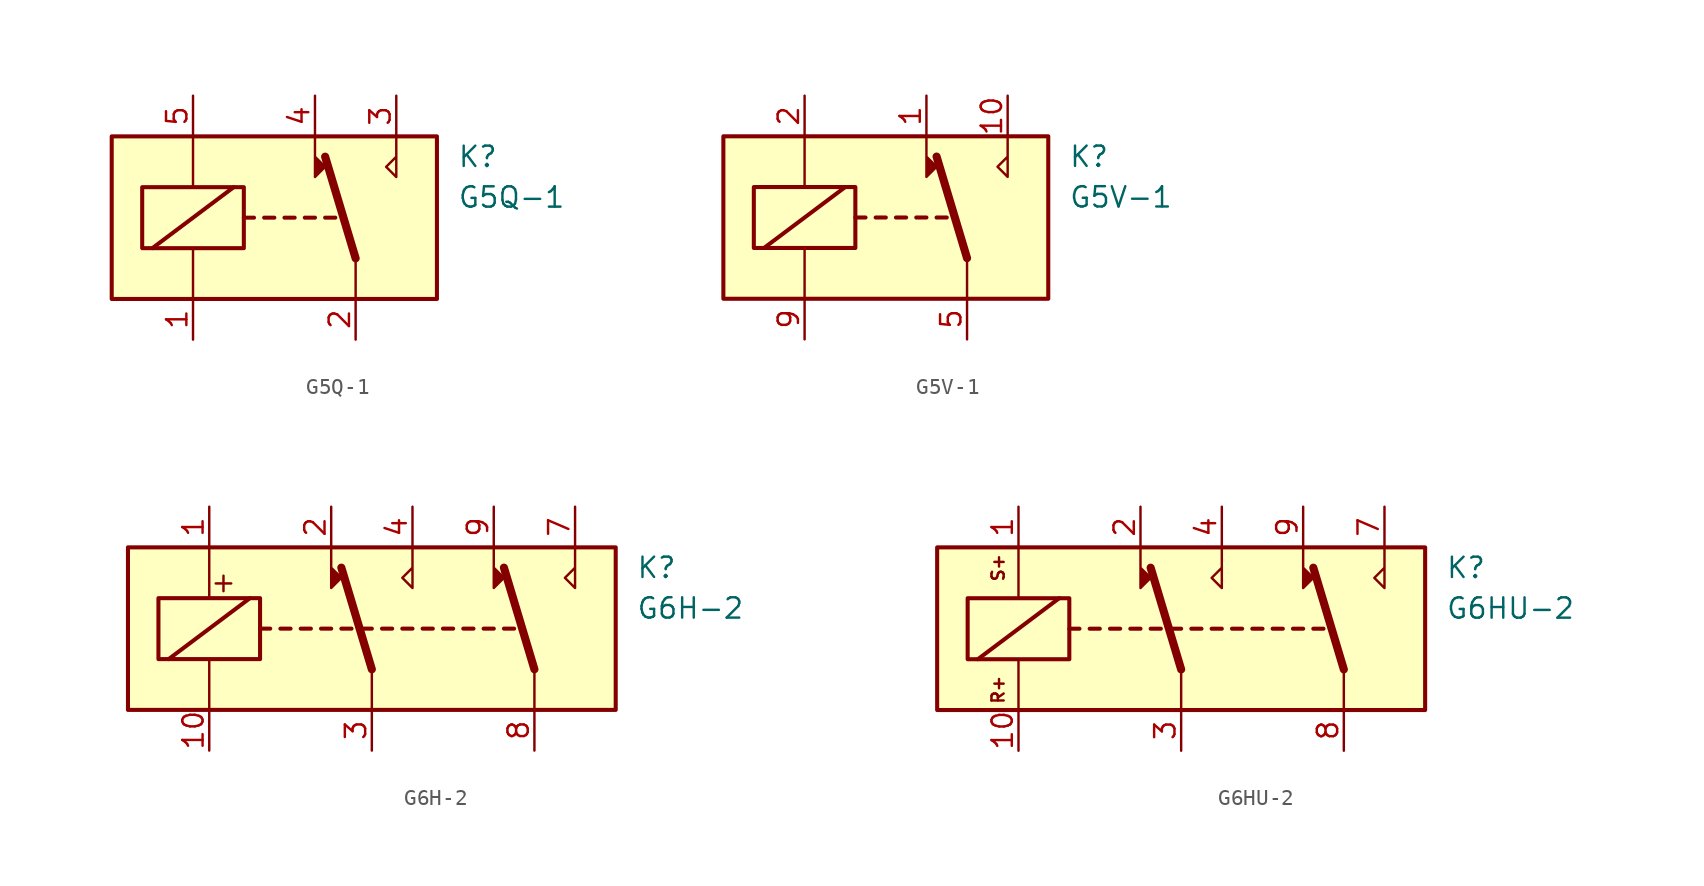
<source format=kicad_sym>
(kicad_symbol_lib
  (version 20200908)
  (generator kicad_symbol_editor)
  (symbol "Relay:G5Q-1"
    (property "Reference" "K"
      (at 11.43 3.81 0)
      (effects (font (size 1.27 1.27)) (justify left)))
    (property "Value" "G5Q-1"
      (at 11.43 1.27 0)
      (effects (font (size 1.27 1.27)) (justify left)))
    (symbol "G5Q-1_0_1"
      (rectangle (start -10.16 5.08) (end 10.16 -5.08) (stroke (width 0.254)) (fill (type background)))
      (rectangle (start -8.255 1.905) (end -1.905 -1.905) (stroke (width 0.254)) (fill (type none)))
      (polyline (pts (xy -7.62 -1.905) (xy -2.54 1.905)) (stroke (width 0.254)) (fill (type none)))
      (polyline (pts (xy -5.08 -5.08) (xy -5.08 -1.905)) (stroke (width 0)) (fill (type none)))
      (polyline (pts (xy -5.08 5.08) (xy -5.08 1.905)) (stroke (width 0)) (fill (type none)))
      (polyline (pts (xy -1.905 0) (xy -1.27 0)) (stroke (width 0.254)) (fill (type none)))
      (polyline (pts (xy -0.635 0) (xy 0 0)) (stroke (width 0.254)) (fill (type none)))
      (polyline (pts (xy 0.635 0) (xy 1.27 0)) (stroke (width 0.254)) (fill (type none)))
      (polyline (pts (xy 1.905 0) (xy 2.54 0)) (stroke (width 0.254)) (fill (type none)))
      (polyline (pts (xy 3.175 0) (xy 3.81 0)) (stroke (width 0.254)) (fill (type none)))
      (polyline (pts (xy 5.08 -2.54) (xy 3.175 3.81)) (stroke (width 0.508)) (fill (type none)))
      (polyline (pts (xy 5.08 -2.54) (xy 5.08 -5.08)) (stroke (width 0)) (fill (type none)))
      (polyline (pts (xy 2.54 5.08) (xy 2.54 2.54) (xy 3.175 3.175) (xy 2.54 3.81)) (stroke (width 0)) (fill (type outline))))
    (symbol "G5Q-1_0_0"
      (polyline (pts (xy 7.62 5.08) (xy 7.62 2.54) (xy 6.985 3.175) (xy 7.62 3.81)) (stroke (width 0)) (fill (type none))))
    (symbol "G5Q-1_1_1"
      (pin passive line (at -5.08 -7.62 90) (length 2.54) (name "~" (effects (font (size 1.27 1.27)))) (number "1" (effects (font (size 1.27 1.27)))))
      (pin passive line (at 5.08 -7.62 90) (length 2.54) (name "~" (effects (font (size 1.27 1.27)))) (number "2" (effects (font (size 1.27 1.27)))))
      (pin passive line (at 7.62 7.62 270) (length 2.54) (name "~" (effects (font (size 1.27 1.27)))) (number "3" (effects (font (size 1.27 1.27)))))
      (pin passive line (at 2.54 7.62 270) (length 2.54) (name "~" (effects (font (size 1.27 1.27)))) (number "4" (effects (font (size 1.27 1.27)))))
      (pin passive line (at -5.08 7.62 270) (length 2.54) (name "~" (effects (font (size 1.27 1.27)))) (number "5" (effects (font (size 1.27 1.27)))))))
  (symbol "Relay:G5V-1"
    (property "Reference" "K"
      (at 11.43 3.81 0)
      (effects (font (size 1.27 1.27)) (justify left)))
    (property "Value" "G5V-1"
      (at 11.43 1.27 0)
      (effects (font (size 1.27 1.27)) (justify left)))
    (symbol "G5V-1_0_1"
      (rectangle (start -10.16 5.08) (end 10.16 -5.08) (stroke (width 0.254)) (fill (type background)))
      (rectangle (start -8.255 1.905) (end -1.905 -1.905) (stroke (width 0.254)) (fill (type none)))
      (polyline (pts (xy -7.62 -1.905) (xy -2.54 1.905)) (stroke (width 0.254)) (fill (type none)))
      (polyline (pts (xy -5.08 -5.08) (xy -5.08 -1.905)) (stroke (width 0)) (fill (type none)))
      (polyline (pts (xy -5.08 5.08) (xy -5.08 1.905)) (stroke (width 0)) (fill (type none)))
      (polyline (pts (xy -1.905 0) (xy -1.27 0)) (stroke (width 0.254)) (fill (type none)))
      (polyline (pts (xy -0.635 0) (xy 0 0)) (stroke (width 0.254)) (fill (type none)))
      (polyline (pts (xy 0.635 0) (xy 1.27 0)) (stroke (width 0.254)) (fill (type none)))
      (polyline (pts (xy 1.905 0) (xy 2.54 0)) (stroke (width 0.254)) (fill (type none)))
      (polyline (pts (xy 3.175 0) (xy 3.81 0)) (stroke (width 0.254)) (fill (type none)))
      (polyline (pts (xy 5.08 -2.54) (xy 3.175 3.81)) (stroke (width 0.508)) (fill (type none)))
      (polyline (pts (xy 5.08 -2.54) (xy 5.08 -5.08)) (stroke (width 0)) (fill (type none)))
      (polyline (pts (xy 2.54 5.08) (xy 2.54 2.54) (xy 3.175 3.175) (xy 2.54 3.81)) (stroke (width 0)) (fill (type outline))))
    (symbol "G5V-1_0_0"
      (polyline (pts (xy 7.62 5.08) (xy 7.62 2.54) (xy 6.985 3.175) (xy 7.62 3.81)) (stroke (width 0)) (fill (type none))))
    (symbol "G5V-1_1_1"
      (pin passive line (at 2.54 7.62 270) (length 2.54) (name "~" (effects (font (size 1.27 1.27)))) (number "1" (effects (font (size 1.27 1.27)))))
      (pin passive line (at 7.62 7.62 270) (length 2.54) (name "~" (effects (font (size 1.27 1.27)))) (number "10" (effects (font (size 1.27 1.27)))))
      (pin passive line (at -5.08 7.62 270) (length 2.54) (name "~" (effects (font (size 1.27 1.27)))) (number "2" (effects (font (size 1.27 1.27)))))
      (pin passive line (at 5.08 -7.62 90) (length 2.54) (name "~" (effects (font (size 1.27 1.27)))) (number "5" (effects (font (size 1.27 1.27)))))
      (pin passive line (at 5.08 -7.62 90) (length 2.54) hide (name "~" (effects (font (size 1.27 1.27)))) (number "6" (effects (font (size 1.27 1.27)))))
      (pin passive line (at -5.08 -7.62 90) (length 2.54) (name "~" (effects (font (size 1.27 1.27)))) (number "9" (effects (font (size 1.27 1.27)))))))
  (symbol "Relay:G6H-2"
    (property "Reference" "K"
      (at 16.51 3.81 0)
      (effects (font (size 1.27 1.27)) (justify left)))
    (property "Value" "G6H-2"
      (at 16.51 1.27 0)
      (effects (font (size 1.27 1.27)) (justify left)))
    (symbol "G6H-2_0_0"
      (text "+" (at -9.271 2.921 0) (effects (font (size 1.27 1.27)))))
    (symbol "G6H-2_0_1"
      (rectangle (start -15.24 5.08) (end 15.24 -5.08) (stroke (width 0.254)) (fill (type background)))
      (rectangle (start -13.335 1.905) (end -6.985 -1.905) (stroke (width 0.254)) (fill (type none)))
      (polyline (pts (xy -12.7 -1.905) (xy -7.62 1.905)) (stroke (width 0.254)) (fill (type none)))
      (polyline (pts (xy -10.16 -5.08) (xy -10.16 -1.905)) (stroke (width 0)) (fill (type none)))
      (polyline (pts (xy -10.16 5.08) (xy -10.16 1.905)) (stroke (width 0)) (fill (type none)))
      (polyline (pts (xy -6.985 0) (xy -6.35 0)) (stroke (width 0.254)) (fill (type none)))
      (polyline (pts (xy -5.715 0) (xy -5.08 0)) (stroke (width 0.254)) (fill (type none)))
      (polyline (pts (xy -4.445 0) (xy -3.81 0)) (stroke (width 0.254)) (fill (type none)))
      (polyline (pts (xy -3.175 0) (xy -2.54 0)) (stroke (width 0.254)) (fill (type none)))
      (polyline (pts (xy -1.905 0) (xy -1.27 0)) (stroke (width 0.254)) (fill (type none)))
      (polyline (pts (xy -0.635 0) (xy 0 0)) (stroke (width 0.254)) (fill (type none)))
      (polyline (pts (xy 0 -2.54) (xy -1.905 3.81)) (stroke (width 0.508)) (fill (type none)))
      (polyline (pts (xy 0 -2.54) (xy 0 -5.08)) (stroke (width 0)) (fill (type none)))
      (polyline (pts (xy 0.635 0) (xy 1.27 0)) (stroke (width 0.254)) (fill (type none)))
      (polyline (pts (xy 1.905 0) (xy 2.54 0)) (stroke (width 0.254)) (fill (type none)))
      (polyline (pts (xy 3.175 0) (xy 3.81 0)) (stroke (width 0.254)) (fill (type none)))
      (polyline (pts (xy 4.445 0) (xy 5.08 0)) (stroke (width 0.254)) (fill (type none)))
      (polyline (pts (xy 5.715 0) (xy 6.35 0)) (stroke (width 0.254)) (fill (type none)))
      (polyline (pts (xy 6.985 0) (xy 7.62 0)) (stroke (width 0.254)) (fill (type none)))
      (polyline (pts (xy 8.255 0) (xy 8.89 0)) (stroke (width 0.254)) (fill (type none)))
      (polyline (pts (xy 10.16 -2.54) (xy 8.255 3.81)) (stroke (width 0.508)) (fill (type none)))
      (polyline (pts (xy 10.16 -2.54) (xy 10.16 -5.08)) (stroke (width 0)) (fill (type none)))
      (polyline (pts (xy -2.54 5.08) (xy -2.54 2.54) (xy -1.905 3.175) (xy -2.54 3.81)) (stroke (width 0)) (fill (type outline)))
      (polyline (pts (xy 2.54 5.08) (xy 2.54 2.54) (xy 1.905 3.175) (xy 2.54 3.81)) (stroke (width 0)) (fill (type none)))
      (polyline (pts (xy 7.62 5.08) (xy 7.62 2.54) (xy 8.255 3.175) (xy 7.62 3.81)) (stroke (width 0)) (fill (type outline)))
      (polyline (pts (xy 12.7 5.08) (xy 12.7 2.54) (xy 12.065 3.175) (xy 12.7 3.81)) (stroke (width 0)) (fill (type none))))
    (symbol "G6H-2_1_1"
      (pin passive line (at -10.16 7.62 270) (length 2.54) (name "~" (effects (font (size 1.27 1.27)))) (number "1" (effects (font (size 1.27 1.27)))))
      (pin passive line (at -10.16 -7.62 90) (length 2.54) (name "~" (effects (font (size 1.27 1.27)))) (number "10" (effects (font (size 1.27 1.27)))))
      (pin passive line (at -2.54 7.62 270) (length 2.54) (name "~" (effects (font (size 1.27 1.27)))) (number "2" (effects (font (size 1.27 1.27)))))
      (pin passive line (at 0 -7.62 90) (length 2.54) (name "~" (effects (font (size 1.27 1.27)))) (number "3" (effects (font (size 1.27 1.27)))))
      (pin passive line (at 2.54 7.62 270) (length 2.54) (name "~" (effects (font (size 1.27 1.27)))) (number "4" (effects (font (size 1.27 1.27)))))
      (pin unconnected line (at 5.08 -5.08 90) (length 2.54) hide (name "NC" (effects (font (size 1.27 1.27)))) (number "5" (effects (font (size 1.27 1.27)))))
      (pin unconnected line (at 2.54 -5.08 90) (length 2.54) hide (name "NC" (effects (font (size 1.27 1.27)))) (number "6" (effects (font (size 1.27 1.27)))))
      (pin passive line (at 12.7 7.62 270) (length 2.54) (name "~" (effects (font (size 1.27 1.27)))) (number "7" (effects (font (size 1.27 1.27)))))
      (pin passive line (at 10.16 -7.62 90) (length 2.54) (name "~" (effects (font (size 1.27 1.27)))) (number "8" (effects (font (size 1.27 1.27)))))
      (pin passive line (at 7.62 7.62 270) (length 2.54) (name "~" (effects (font (size 1.27 1.27)))) (number "9" (effects (font (size 1.27 1.27)))))))
  (symbol "Relay:G6HU-2"
    (property "Reference" "K"
      (at 16.51 3.81 0)
      (effects (font (size 1.27 1.27)) (justify left)))
    (property "Value" "G6HU-2"
      (at 16.51 1.27 0)
      (effects (font (size 1.27 1.27)) (justify left)))
    (symbol "G6HU-2_0_0"
      (text "R+" (at -11.43 -3.81 900) (effects (font (size 0.762 0.762))))
      (text "S+" (at -11.43 3.81 900) (effects (font (size 0.762 0.762)))))
    (symbol "G6HU-2_0_1"
      (rectangle (start -15.24 5.08) (end 15.24 -5.08) (stroke (width 0.254)) (fill (type background)))
      (rectangle (start -13.335 1.905) (end -6.985 -1.905) (stroke (width 0.254)) (fill (type none)))
      (polyline (pts (xy -12.7 -1.905) (xy -7.62 1.905)) (stroke (width 0.254)) (fill (type none)))
      (polyline (pts (xy -10.16 -5.08) (xy -10.16 -1.905)) (stroke (width 0)) (fill (type none)))
      (polyline (pts (xy -10.16 5.08) (xy -10.16 1.905)) (stroke (width 0)) (fill (type none)))
      (polyline (pts (xy -6.985 0) (xy -6.35 0)) (stroke (width 0.254)) (fill (type none)))
      (polyline (pts (xy -5.715 0) (xy -5.08 0)) (stroke (width 0.254)) (fill (type none)))
      (polyline (pts (xy -4.445 0) (xy -3.81 0)) (stroke (width 0.254)) (fill (type none)))
      (polyline (pts (xy -3.175 0) (xy -2.54 0)) (stroke (width 0.254)) (fill (type none)))
      (polyline (pts (xy -1.905 0) (xy -1.27 0)) (stroke (width 0.254)) (fill (type none)))
      (polyline (pts (xy -0.635 0) (xy 0 0)) (stroke (width 0.254)) (fill (type none)))
      (polyline (pts (xy 0 -2.54) (xy -1.905 3.81)) (stroke (width 0.508)) (fill (type none)))
      (polyline (pts (xy 0 -2.54) (xy 0 -5.08)) (stroke (width 0)) (fill (type none)))
      (polyline (pts (xy 0.635 0) (xy 1.27 0)) (stroke (width 0.254)) (fill (type none)))
      (polyline (pts (xy 1.905 0) (xy 2.54 0)) (stroke (width 0.254)) (fill (type none)))
      (polyline (pts (xy 3.175 0) (xy 3.81 0)) (stroke (width 0.254)) (fill (type none)))
      (polyline (pts (xy 4.445 0) (xy 5.08 0)) (stroke (width 0.254)) (fill (type none)))
      (polyline (pts (xy 5.715 0) (xy 6.35 0)) (stroke (width 0.254)) (fill (type none)))
      (polyline (pts (xy 6.985 0) (xy 7.62 0)) (stroke (width 0.254)) (fill (type none)))
      (polyline (pts (xy 8.255 0) (xy 8.89 0)) (stroke (width 0.254)) (fill (type none)))
      (polyline (pts (xy 10.16 -2.54) (xy 8.255 3.81)) (stroke (width 0.508)) (fill (type none)))
      (polyline (pts (xy 10.16 -2.54) (xy 10.16 -5.08)) (stroke (width 0)) (fill (type none)))
      (polyline (pts (xy -2.54 5.08) (xy -2.54 2.54) (xy -1.905 3.175) (xy -2.54 3.81)) (stroke (width 0)) (fill (type outline)))
      (polyline (pts (xy 2.54 5.08) (xy 2.54 2.54) (xy 1.905 3.175) (xy 2.54 3.81)) (stroke (width 0)) (fill (type none)))
      (polyline (pts (xy 7.62 5.08) (xy 7.62 2.54) (xy 8.255 3.175) (xy 7.62 3.81)) (stroke (width 0)) (fill (type outline)))
      (polyline (pts (xy 12.7 5.08) (xy 12.7 2.54) (xy 12.065 3.175) (xy 12.7 3.81)) (stroke (width 0)) (fill (type none))))
    (symbol "G6HU-2_1_1"
      (pin passive line (at -10.16 7.62 270) (length 2.54) (name "~" (effects (font (size 1.27 1.27)))) (number "1" (effects (font (size 1.27 1.27)))))
      (pin passive line (at -10.16 -7.62 90) (length 2.54) (name "~" (effects (font (size 1.27 1.27)))) (number "10" (effects (font (size 1.27 1.27)))))
      (pin passive line (at -2.54 7.62 270) (length 2.54) (name "~" (effects (font (size 1.27 1.27)))) (number "2" (effects (font (size 1.27 1.27)))))
      (pin passive line (at 0 -7.62 90) (length 2.54) (name "~" (effects (font (size 1.27 1.27)))) (number "3" (effects (font (size 1.27 1.27)))))
      (pin passive line (at 2.54 7.62 270) (length 2.54) (name "~" (effects (font (size 1.27 1.27)))) (number "4" (effects (font (size 1.27 1.27)))))
      (pin unconnected line (at 5.08 -5.08 90) (length 2.54) hide (name "NC" (effects (font (size 1.27 1.27)))) (number "5" (effects (font (size 1.27 1.27)))))
      (pin unconnected line (at 2.54 -5.08 90) (length 2.54) hide (name "NC" (effects (font (size 1.27 1.27)))) (number "6" (effects (font (size 1.27 1.27)))))
      (pin passive line (at 12.7 7.62 270) (length 2.54) (name "~" (effects (font (size 1.27 1.27)))) (number "7" (effects (font (size 1.27 1.27)))))
      (pin passive line (at 10.16 -7.62 90) (length 2.54) (name "~" (effects (font (size 1.27 1.27)))) (number "8" (effects (font (size 1.27 1.27)))))
      (pin passive line (at 7.62 7.62 270) (length 2.54) (name "~" (effects (font (size 1.27 1.27)))) (number "9" (effects (font (size 1.27 1.27))))))))
</source>
